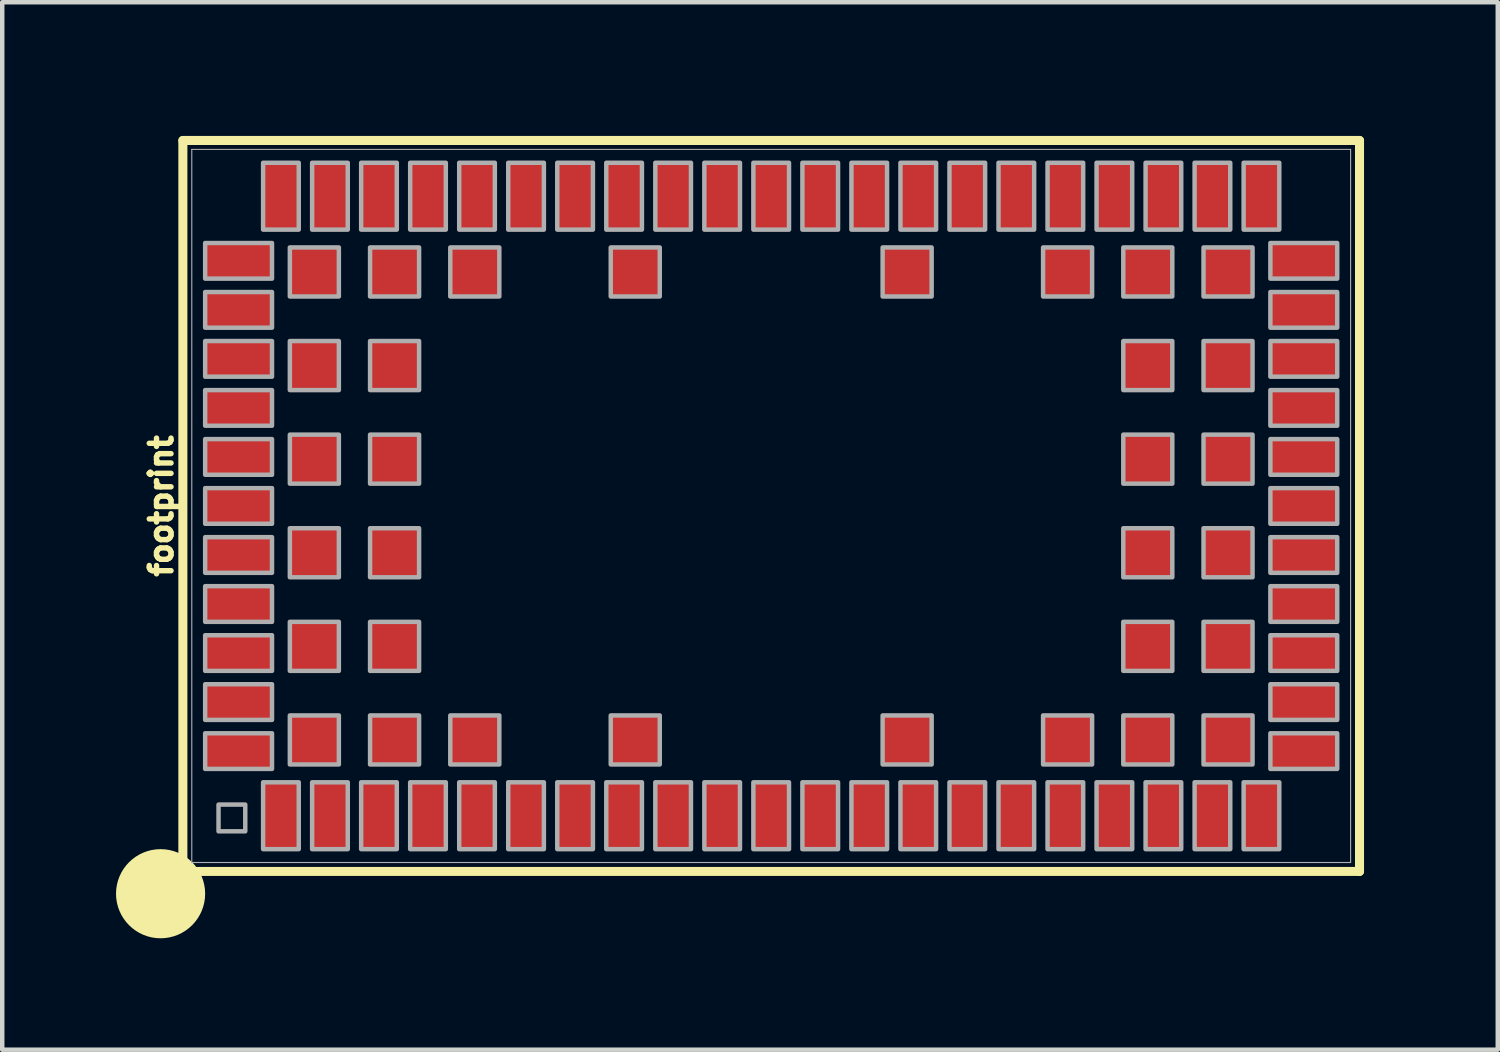
<source format=kicad_pcb>
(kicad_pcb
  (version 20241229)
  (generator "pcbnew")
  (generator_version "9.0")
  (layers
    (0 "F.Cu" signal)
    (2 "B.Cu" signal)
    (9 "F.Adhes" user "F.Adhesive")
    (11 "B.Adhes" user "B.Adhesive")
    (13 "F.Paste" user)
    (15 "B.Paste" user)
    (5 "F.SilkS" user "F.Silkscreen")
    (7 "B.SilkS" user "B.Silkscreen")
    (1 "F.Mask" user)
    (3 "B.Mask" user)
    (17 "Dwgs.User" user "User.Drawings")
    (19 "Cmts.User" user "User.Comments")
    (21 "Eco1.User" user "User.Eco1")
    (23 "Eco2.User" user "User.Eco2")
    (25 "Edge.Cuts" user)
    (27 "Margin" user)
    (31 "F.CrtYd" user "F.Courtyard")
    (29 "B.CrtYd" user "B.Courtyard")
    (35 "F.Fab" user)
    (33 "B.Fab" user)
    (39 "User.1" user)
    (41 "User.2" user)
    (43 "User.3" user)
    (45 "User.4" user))
  (footprint "footprint"
    (layer "F.Cu")
    (at 14.253 8.302)
    (property "Reference" "footprint" (at -13.4 0 90) (layer "F.SilkS") (effects (font (size 0.488 0.488) (thickness 0.122)) (justify bottom)))
    (fp_line (start -13.2 -8.2) (end -13.2 8.2) (stroke (width 0.203) (type solid)) (layer "F.SilkS"))
    (fp_line (start -13.2 8.2) (end 13.2 8.2) (stroke (width 0.203) (type solid)) (layer "F.SilkS"))
    (fp_line (start 13.2 -8.2) (end -13.2 -8.2) (stroke (width 0.203) (type solid)) (layer "F.SilkS"))
    (fp_line (start 13.2 8.2) (end 13.2 -8.2) (stroke (width 0.203) (type solid)) (layer "F.SilkS"))
    (fp_circle (center -13.7 8.7) (end -13.7 8.7) (stroke (width 1) (type solid)) (fill no) (layer "F.SilkS"))
    (fp_poly (pts (xy -11.375 7.775) (xy -10.625 7.775) (xy -10.625 6.225) (xy -11.375 6.225)) (stroke (width 0) (type solid)) (fill yes) (layer "F.Paste"))
    (fp_poly (pts (xy -11.225 -5.875) (xy -12.775 -5.875) (xy -12.775 -5.125) (xy -11.225 -5.125)) (stroke (width 0) (type solid)) (fill yes) (layer "F.Paste"))
    (fp_poly (pts (xy -11.225 -4.775) (xy -12.775 -4.775) (xy -12.775 -4.025) (xy -11.225 -4.025)) (stroke (width 0) (type solid)) (fill yes) (layer "F.Paste"))
    (fp_poly (pts (xy -11.225 -3.675) (xy -12.775 -3.675) (xy -12.775 -2.925) (xy -11.225 -2.925)) (stroke (width 0) (type solid)) (fill yes) (layer "F.Paste"))
    (fp_poly (pts (xy -11.225 -2.575) (xy -12.775 -2.575) (xy -12.775 -1.825) (xy -11.225 -1.825)) (stroke (width 0) (type solid)) (fill yes) (layer "F.Paste"))
    (fp_poly (pts (xy -11.225 -1.475) (xy -12.775 -1.475) (xy -12.775 -0.725) (xy -11.225 -0.725)) (stroke (width 0) (type solid)) (fill yes) (layer "F.Paste"))
    (fp_poly (pts (xy -11.225 -0.375) (xy -12.775 -0.375) (xy -12.775 0.375) (xy -11.225 0.375)) (stroke (width 0) (type solid)) (fill yes) (layer "F.Paste"))
    (fp_poly (pts (xy -11.225 0.725) (xy -12.775 0.725) (xy -12.775 1.475) (xy -11.225 1.475)) (stroke (width 0) (type solid)) (fill yes) (layer "F.Paste"))
    (fp_poly (pts (xy -11.225 1.825) (xy -12.775 1.825) (xy -12.775 2.575) (xy -11.225 2.575)) (stroke (width 0) (type solid)) (fill yes) (layer "F.Paste"))
    (fp_poly (pts (xy -11.225 2.925) (xy -12.775 2.925) (xy -12.775 3.675) (xy -11.225 3.675)) (stroke (width 0) (type solid)) (fill yes) (layer "F.Paste"))
    (fp_poly (pts (xy -11.225 4.025) (xy -12.775 4.025) (xy -12.775 4.775) (xy -11.225 4.775)) (stroke (width 0) (type solid)) (fill yes) (layer "F.Paste"))
    (fp_poly (pts (xy -11.225 5.125) (xy -12.775 5.125) (xy -12.775 5.875) (xy -11.225 5.875)) (stroke (width 0) (type solid)) (fill yes) (layer "F.Paste"))
    (fp_poly (pts (xy -10.775 -4.725) (xy -9.725 -4.725) (xy -9.725 -5.775) (xy -10.775 -5.775)) (stroke (width 0) (type solid)) (fill yes) (layer "F.Paste"))
    (fp_poly (pts (xy -10.775 -2.625) (xy -9.725 -2.625) (xy -9.725 -3.675) (xy -10.775 -3.675)) (stroke (width 0) (type solid)) (fill yes) (layer "F.Paste"))
    (fp_poly (pts (xy -10.775 -0.525) (xy -9.725 -0.525) (xy -9.725 -1.575) (xy -10.775 -1.575)) (stroke (width 0) (type solid)) (fill yes) (layer "F.Paste"))
    (fp_poly (pts (xy -10.775 1.575) (xy -9.725 1.575) (xy -9.725 0.525) (xy -10.775 0.525)) (stroke (width 0) (type solid)) (fill yes) (layer "F.Paste"))
    (fp_poly (pts (xy -10.775 3.675) (xy -9.725 3.675) (xy -9.725 2.625) (xy -10.775 2.625)) (stroke (width 0) (type solid)) (fill yes) (layer "F.Paste"))
    (fp_poly (pts (xy -10.775 5.775) (xy -9.725 5.775) (xy -9.725 4.725) (xy -10.775 4.725)) (stroke (width 0) (type solid)) (fill yes) (layer "F.Paste"))
    (fp_poly (pts (xy -10.625 -7.775) (xy -11.375 -7.775) (xy -11.375 -6.225) (xy -10.625 -6.225)) (stroke (width 0) (type solid)) (fill yes) (layer "F.Paste"))
    (fp_poly (pts (xy -10.275 7.775) (xy -9.525 7.775) (xy -9.525 6.225) (xy -10.275 6.225)) (stroke (width 0) (type solid)) (fill yes) (layer "F.Paste"))
    (fp_poly (pts (xy -9.525 -7.775) (xy -10.275 -7.775) (xy -10.275 -6.225) (xy -9.525 -6.225)) (stroke (width 0) (type solid)) (fill yes) (layer "F.Paste"))
    (fp_poly (pts (xy -9.175 7.775) (xy -8.425 7.775) (xy -8.425 6.225) (xy -9.175 6.225)) (stroke (width 0) (type solid)) (fill yes) (layer "F.Paste"))
    (fp_poly (pts (xy -8.975 -4.725) (xy -7.925 -4.725) (xy -7.925 -5.775) (xy -8.975 -5.775)) (stroke (width 0) (type solid)) (fill yes) (layer "F.Paste"))
    (fp_poly (pts (xy -8.975 -2.625) (xy -7.925 -2.625) (xy -7.925 -3.675) (xy -8.975 -3.675)) (stroke (width 0) (type solid)) (fill yes) (layer "F.Paste"))
    (fp_poly (pts (xy -8.975 -0.525) (xy -7.925 -0.525) (xy -7.925 -1.575) (xy -8.975 -1.575)) (stroke (width 0) (type solid)) (fill yes) (layer "F.Paste"))
    (fp_poly (pts (xy -8.975 1.575) (xy -7.925 1.575) (xy -7.925 0.525) (xy -8.975 0.525)) (stroke (width 0) (type solid)) (fill yes) (layer "F.Paste"))
    (fp_poly (pts (xy -8.975 3.675) (xy -7.925 3.675) (xy -7.925 2.625) (xy -8.975 2.625)) (stroke (width 0) (type solid)) (fill yes) (layer "F.Paste"))
    (fp_poly (pts (xy -8.975 5.775) (xy -7.925 5.775) (xy -7.925 4.725) (xy -8.975 4.725)) (stroke (width 0) (type solid)) (fill yes) (layer "F.Paste"))
    (fp_poly (pts (xy -8.425 -7.775) (xy -9.175 -7.775) (xy -9.175 -6.225) (xy -8.425 -6.225)) (stroke (width 0) (type solid)) (fill yes) (layer "F.Paste"))
    (fp_poly (pts (xy -8.075 7.775) (xy -7.325 7.775) (xy -7.325 6.225) (xy -8.075 6.225)) (stroke (width 0) (type solid)) (fill yes) (layer "F.Paste"))
    (fp_poly (pts (xy -7.325 -7.775) (xy -8.075 -7.775) (xy -8.075 -6.225) (xy -7.325 -6.225)) (stroke (width 0) (type solid)) (fill yes) (layer "F.Paste"))
    (fp_poly (pts (xy -7.175 -4.725) (xy -6.125 -4.725) (xy -6.125 -5.775) (xy -7.175 -5.775)) (stroke (width 0) (type solid)) (fill yes) (layer "F.Paste"))
    (fp_poly (pts (xy -7.175 5.775) (xy -6.125 5.775) (xy -6.125 4.725) (xy -7.175 4.725)) (stroke (width 0) (type solid)) (fill yes) (layer "F.Paste"))
    (fp_poly (pts (xy -6.975 7.775) (xy -6.225 7.775) (xy -6.225 6.225) (xy -6.975 6.225)) (stroke (width 0) (type solid)) (fill yes) (layer "F.Paste"))
    (fp_poly (pts (xy -6.225 -7.775) (xy -6.975 -7.775) (xy -6.975 -6.225) (xy -6.225 -6.225)) (stroke (width 0) (type solid)) (fill yes) (layer "F.Paste"))
    (fp_poly (pts (xy -5.875 7.775) (xy -5.125 7.775) (xy -5.125 6.225) (xy -5.875 6.225)) (stroke (width 0) (type solid)) (fill yes) (layer "F.Paste"))
    (fp_poly (pts (xy -5.125 -7.775) (xy -5.875 -7.775) (xy -5.875 -6.225) (xy -5.125 -6.225)) (stroke (width 0) (type solid)) (fill yes) (layer "F.Paste"))
    (fp_poly (pts (xy -4.775 7.775) (xy -4.025 7.775) (xy -4.025 6.225) (xy -4.775 6.225)) (stroke (width 0) (type solid)) (fill yes) (layer "F.Paste"))
    (fp_poly (pts (xy -4.025 -7.775) (xy -4.775 -7.775) (xy -4.775 -6.225) (xy -4.025 -6.225)) (stroke (width 0) (type solid)) (fill yes) (layer "F.Paste"))
    (fp_poly (pts (xy -3.675 7.775) (xy -2.925 7.775) (xy -2.925 6.225) (xy -3.675 6.225)) (stroke (width 0) (type solid)) (fill yes) (layer "F.Paste"))
    (fp_poly (pts (xy -3.575 -4.725) (xy -2.525 -4.725) (xy -2.525 -5.775) (xy -3.575 -5.775)) (stroke (width 0) (type solid)) (fill yes) (layer "F.Paste"))
    (fp_poly (pts (xy -3.575 5.775) (xy -2.525 5.775) (xy -2.525 4.725) (xy -3.575 4.725)) (stroke (width 0) (type solid)) (fill yes) (layer "F.Paste"))
    (fp_poly (pts (xy -2.925 -7.775) (xy -3.675 -7.775) (xy -3.675 -6.225) (xy -2.925 -6.225)) (stroke (width 0) (type solid)) (fill yes) (layer "F.Paste"))
    (fp_poly (pts (xy -2.575 7.775) (xy -1.825 7.775) (xy -1.825 6.225) (xy -2.575 6.225)) (stroke (width 0) (type solid)) (fill yes) (layer "F.Paste"))
    (fp_poly (pts (xy -1.825 -7.775) (xy -2.575 -7.775) (xy -2.575 -6.225) (xy -1.825 -6.225)) (stroke (width 0) (type solid)) (fill yes) (layer "F.Paste"))
    (fp_poly (pts (xy -1.475 7.775) (xy -0.725 7.775) (xy -0.725 6.225) (xy -1.475 6.225)) (stroke (width 0) (type solid)) (fill yes) (layer "F.Paste"))
    (fp_poly (pts (xy -0.725 -7.775) (xy -1.475 -7.775) (xy -1.475 -6.225) (xy -0.725 -6.225)) (stroke (width 0) (type solid)) (fill yes) (layer "F.Paste"))
    (fp_poly (pts (xy -0.375 7.775) (xy 0.375 7.775) (xy 0.375 6.225) (xy -0.375 6.225)) (stroke (width 0) (type solid)) (fill yes) (layer "F.Paste"))
    (fp_poly (pts (xy 0.375 -7.775) (xy -0.375 -7.775) (xy -0.375 -6.225) (xy 0.375 -6.225)) (stroke (width 0) (type solid)) (fill yes) (layer "F.Paste"))
    (fp_poly (pts (xy 0.725 7.775) (xy 1.475 7.775) (xy 1.475 6.225) (xy 0.725 6.225)) (stroke (width 0) (type solid)) (fill yes) (layer "F.Paste"))
    (fp_poly (pts (xy 1.475 -7.775) (xy 0.725 -7.775) (xy 0.725 -6.225) (xy 1.475 -6.225)) (stroke (width 0) (type solid)) (fill yes) (layer "F.Paste"))
    (fp_poly (pts (xy 1.825 7.775) (xy 2.575 7.775) (xy 2.575 6.225) (xy 1.825 6.225)) (stroke (width 0) (type solid)) (fill yes) (layer "F.Paste"))
    (fp_poly (pts (xy 2.575 -7.775) (xy 1.825 -7.775) (xy 1.825 -6.225) (xy 2.575 -6.225)) (stroke (width 0) (type solid)) (fill yes) (layer "F.Paste"))
    (fp_poly (pts (xy 2.925 7.775) (xy 3.675 7.775) (xy 3.675 6.225) (xy 2.925 6.225)) (stroke (width 0) (type solid)) (fill yes) (layer "F.Paste"))
    (fp_poly (pts (xy 3.575 -5.775) (xy 2.525 -5.775) (xy 2.525 -4.725) (xy 3.575 -4.725)) (stroke (width 0) (type solid)) (fill yes) (layer "F.Paste"))
    (fp_poly (pts (xy 3.575 4.725) (xy 2.525 4.725) (xy 2.525 5.775) (xy 3.575 5.775)) (stroke (width 0) (type solid)) (fill yes) (layer "F.Paste"))
    (fp_poly (pts (xy 3.675 -7.775) (xy 2.925 -7.775) (xy 2.925 -6.225) (xy 3.675 -6.225)) (stroke (width 0) (type solid)) (fill yes) (layer "F.Paste"))
    (fp_poly (pts (xy 4.025 7.775) (xy 4.775 7.775) (xy 4.775 6.225) (xy 4.025 6.225)) (stroke (width 0) (type solid)) (fill yes) (layer "F.Paste"))
    (fp_poly (pts (xy 4.775 -7.775) (xy 4.025 -7.775) (xy 4.025 -6.225) (xy 4.775 -6.225)) (stroke (width 0) (type solid)) (fill yes) (layer "F.Paste"))
    (fp_poly (pts (xy 5.125 7.775) (xy 5.875 7.775) (xy 5.875 6.225) (xy 5.125 6.225)) (stroke (width 0) (type solid)) (fill yes) (layer "F.Paste"))
    (fp_poly (pts (xy 5.875 -7.775) (xy 5.125 -7.775) (xy 5.125 -6.225) (xy 5.875 -6.225)) (stroke (width 0) (type solid)) (fill yes) (layer "F.Paste"))
    (fp_poly (pts (xy 6.225 7.775) (xy 6.975 7.775) (xy 6.975 6.225) (xy 6.225 6.225)) (stroke (width 0) (type solid)) (fill yes) (layer "F.Paste"))
    (fp_poly (pts (xy 6.975 -7.775) (xy 6.225 -7.775) (xy 6.225 -6.225) (xy 6.975 -6.225)) (stroke (width 0) (type solid)) (fill yes) (layer "F.Paste"))
    (fp_poly (pts (xy 7.175 -5.775) (xy 6.125 -5.775) (xy 6.125 -4.725) (xy 7.175 -4.725)) (stroke (width 0) (type solid)) (fill yes) (layer "F.Paste"))
    (fp_poly (pts (xy 7.175 4.725) (xy 6.125 4.725) (xy 6.125 5.775) (xy 7.175 5.775)) (stroke (width 0) (type solid)) (fill yes) (layer "F.Paste"))
    (fp_poly (pts (xy 7.325 7.775) (xy 8.075 7.775) (xy 8.075 6.225) (xy 7.325 6.225)) (stroke (width 0) (type solid)) (fill yes) (layer "F.Paste"))
    (fp_poly (pts (xy 8.075 -7.775) (xy 7.325 -7.775) (xy 7.325 -6.225) (xy 8.075 -6.225)) (stroke (width 0) (type solid)) (fill yes) (layer "F.Paste"))
    (fp_poly (pts (xy 8.425 7.775) (xy 9.175 7.775) (xy 9.175 6.225) (xy 8.425 6.225)) (stroke (width 0) (type solid)) (fill yes) (layer "F.Paste"))
    (fp_poly (pts (xy 8.975 -5.775) (xy 7.925 -5.775) (xy 7.925 -4.725) (xy 8.975 -4.725)) (stroke (width 0) (type solid)) (fill yes) (layer "F.Paste"))
    (fp_poly (pts (xy 8.975 -3.675) (xy 7.925 -3.675) (xy 7.925 -2.625) (xy 8.975 -2.625)) (stroke (width 0) (type solid)) (fill yes) (layer "F.Paste"))
    (fp_poly (pts (xy 8.975 -1.575) (xy 7.925 -1.575) (xy 7.925 -0.525) (xy 8.975 -0.525)) (stroke (width 0) (type solid)) (fill yes) (layer "F.Paste"))
    (fp_poly (pts (xy 8.975 0.525) (xy 7.925 0.525) (xy 7.925 1.575) (xy 8.975 1.575)) (stroke (width 0) (type solid)) (fill yes) (layer "F.Paste"))
    (fp_poly (pts (xy 8.975 2.625) (xy 7.925 2.625) (xy 7.925 3.675) (xy 8.975 3.675)) (stroke (width 0) (type solid)) (fill yes) (layer "F.Paste"))
    (fp_poly (pts (xy 8.975 4.725) (xy 7.925 4.725) (xy 7.925 5.775) (xy 8.975 5.775)) (stroke (width 0) (type solid)) (fill yes) (layer "F.Paste"))
    (fp_poly (pts (xy 9.175 -7.775) (xy 8.425 -7.775) (xy 8.425 -6.225) (xy 9.175 -6.225)) (stroke (width 0) (type solid)) (fill yes) (layer "F.Paste"))
    (fp_poly (pts (xy 9.525 7.775) (xy 10.275 7.775) (xy 10.275 6.225) (xy 9.525 6.225)) (stroke (width 0) (type solid)) (fill yes) (layer "F.Paste"))
    (fp_poly (pts (xy 10.275 -7.775) (xy 9.525 -7.775) (xy 9.525 -6.225) (xy 10.275 -6.225)) (stroke (width 0) (type solid)) (fill yes) (layer "F.Paste"))
    (fp_poly (pts (xy 10.625 7.775) (xy 11.375 7.775) (xy 11.375 6.225) (xy 10.625 6.225)) (stroke (width 0) (type solid)) (fill yes) (layer "F.Paste"))
    (fp_poly (pts (xy 10.775 -5.775) (xy 9.725 -5.775) (xy 9.725 -4.725) (xy 10.775 -4.725)) (stroke (width 0) (type solid)) (fill yes) (layer "F.Paste"))
    (fp_poly (pts (xy 10.775 -3.675) (xy 9.725 -3.675) (xy 9.725 -2.625) (xy 10.775 -2.625)) (stroke (width 0) (type solid)) (fill yes) (layer "F.Paste"))
    (fp_poly (pts (xy 10.775 -1.575) (xy 9.725 -1.575) (xy 9.725 -0.525) (xy 10.775 -0.525)) (stroke (width 0) (type solid)) (fill yes) (layer "F.Paste"))
    (fp_poly (pts (xy 10.775 0.525) (xy 9.725 0.525) (xy 9.725 1.575) (xy 10.775 1.575)) (stroke (width 0) (type solid)) (fill yes) (layer "F.Paste"))
    (fp_poly (pts (xy 10.775 2.625) (xy 9.725 2.625) (xy 9.725 3.675) (xy 10.775 3.675)) (stroke (width 0) (type solid)) (fill yes) (layer "F.Paste"))
    (fp_poly (pts (xy 10.775 4.725) (xy 9.725 4.725) (xy 9.725 5.775) (xy 10.775 5.775)) (stroke (width 0) (type solid)) (fill yes) (layer "F.Paste"))
    (fp_poly (pts (xy 11.225 -5.125) (xy 12.775 -5.125) (xy 12.775 -5.875) (xy 11.225 -5.875)) (stroke (width 0) (type solid)) (fill yes) (layer "F.Paste"))
    (fp_poly (pts (xy 11.225 -4.025) (xy 12.775 -4.025) (xy 12.775 -4.775) (xy 11.225 -4.775)) (stroke (width 0) (type solid)) (fill yes) (layer "F.Paste"))
    (fp_poly (pts (xy 11.225 -2.925) (xy 12.775 -2.925) (xy 12.775 -3.675) (xy 11.225 -3.675)) (stroke (width 0) (type solid)) (fill yes) (layer "F.Paste"))
    (fp_poly (pts (xy 11.225 -1.825) (xy 12.775 -1.825) (xy 12.775 -2.575) (xy 11.225 -2.575)) (stroke (width 0) (type solid)) (fill yes) (layer "F.Paste"))
    (fp_poly (pts (xy 11.225 -0.725) (xy 12.775 -0.725) (xy 12.775 -1.475) (xy 11.225 -1.475)) (stroke (width 0) (type solid)) (fill yes) (layer "F.Paste"))
    (fp_poly (pts (xy 11.225 0.375) (xy 12.775 0.375) (xy 12.775 -0.375) (xy 11.225 -0.375)) (stroke (width 0) (type solid)) (fill yes) (layer "F.Paste"))
    (fp_poly (pts (xy 11.225 1.475) (xy 12.775 1.475) (xy 12.775 0.725) (xy 11.225 0.725)) (stroke (width 0) (type solid)) (fill yes) (layer "F.Paste"))
    (fp_poly (pts (xy 11.225 2.575) (xy 12.775 2.575) (xy 12.775 1.825) (xy 11.225 1.825)) (stroke (width 0) (type solid)) (fill yes) (layer "F.Paste"))
    (fp_poly (pts (xy 11.225 3.675) (xy 12.775 3.675) (xy 12.775 2.925) (xy 11.225 2.925)) (stroke (width 0) (type solid)) (fill yes) (layer "F.Paste"))
    (fp_poly (pts (xy 11.225 4.775) (xy 12.775 4.775) (xy 12.775 4.025) (xy 11.225 4.025)) (stroke (width 0) (type solid)) (fill yes) (layer "F.Paste"))
    (fp_poly (pts (xy 11.225 5.875) (xy 12.775 5.875) (xy 12.775 5.125) (xy 11.225 5.125)) (stroke (width 0) (type solid)) (fill yes) (layer "F.Paste"))
    (fp_poly (pts (xy 11.375 -7.775) (xy 10.625 -7.775) (xy 10.625 -6.225) (xy 11.375 -6.225)) (stroke (width 0) (type solid)) (fill yes) (layer "F.Paste"))
    (fp_line (start -13 -8) (end -13 8) (stroke (width 0.025) (type solid)) (layer "F.Fab"))
    (fp_line (start -13 8) (end 13 8) (stroke (width 0.025) (type solid)) (layer "F.Fab"))
    (fp_line (start 13 -8) (end -13 -8) (stroke (width 0.025) (type solid)) (layer "F.Fab"))
    (fp_line (start 13 8) (end 13 -8) (stroke (width 0.025) (type solid)) (layer "F.Fab"))
    (fp_poly (pts (xy -12.4 7.3) (xy -11.8 7.3) (xy -11.8 6.7) (xy -12.4 6.7)) (stroke (width 0.1) (type solid)) (fill no) (layer "F.Fab"))
    (fp_poly (pts (xy -11.4 7.7) (xy -10.6 7.7) (xy -10.6 6.2) (xy -11.4 6.2)) (stroke (width 0.1) (type solid)) (fill no) (layer "F.Fab"))
    (fp_poly (pts (xy -11.2 -5.9) (xy -12.7 -5.9) (xy -12.7 -5.1) (xy -11.2 -5.1)) (stroke (width 0.1) (type solid)) (fill no) (layer "F.Fab"))
    (fp_poly (pts (xy -11.2 -4.8) (xy -12.7 -4.8) (xy -12.7 -4) (xy -11.2 -4)) (stroke (width 0.1) (type solid)) (fill no) (layer "F.Fab"))
    (fp_poly (pts (xy -11.2 -3.7) (xy -12.7 -3.7) (xy -12.7 -2.9) (xy -11.2 -2.9)) (stroke (width 0.1) (type solid)) (fill no) (layer "F.Fab"))
    (fp_poly (pts (xy -11.2 -2.6) (xy -12.7 -2.6) (xy -12.7 -1.8) (xy -11.2 -1.8)) (stroke (width 0.1) (type solid)) (fill no) (layer "F.Fab"))
    (fp_poly (pts (xy -11.2 -1.5) (xy -12.7 -1.5) (xy -12.7 -0.7) (xy -11.2 -0.7)) (stroke (width 0.1) (type solid)) (fill no) (layer "F.Fab"))
    (fp_poly (pts (xy -11.2 -0.4) (xy -12.7 -0.4) (xy -12.7 0.4) (xy -11.2 0.4)) (stroke (width 0.1) (type solid)) (fill no) (layer "F.Fab"))
    (fp_poly (pts (xy -11.2 0.7) (xy -12.7 0.7) (xy -12.7 1.5) (xy -11.2 1.5)) (stroke (width 0.1) (type solid)) (fill no) (layer "F.Fab"))
    (fp_poly (pts (xy -11.2 1.8) (xy -12.7 1.8) (xy -12.7 2.6) (xy -11.2 2.6)) (stroke (width 0.1) (type solid)) (fill no) (layer "F.Fab"))
    (fp_poly (pts (xy -11.2 2.9) (xy -12.7 2.9) (xy -12.7 3.7) (xy -11.2 3.7)) (stroke (width 0.1) (type solid)) (fill no) (layer "F.Fab"))
    (fp_poly (pts (xy -11.2 4) (xy -12.7 4) (xy -12.7 4.8) (xy -11.2 4.8)) (stroke (width 0.1) (type solid)) (fill no) (layer "F.Fab"))
    (fp_poly (pts (xy -11.2 5.1) (xy -12.7 5.1) (xy -12.7 5.9) (xy -11.2 5.9)) (stroke (width 0.1) (type solid)) (fill no) (layer "F.Fab"))
    (fp_poly (pts (xy -10.8 -4.7) (xy -9.7 -4.7) (xy -9.7 -5.8) (xy -10.8 -5.8)) (stroke (width 0.1) (type solid)) (fill no) (layer "F.Fab"))
    (fp_poly (pts (xy -10.8 -2.6) (xy -9.7 -2.6) (xy -9.7 -3.7) (xy -10.8 -3.7)) (stroke (width 0.1) (type solid)) (fill no) (layer "F.Fab"))
    (fp_poly (pts (xy -10.8 -0.5) (xy -9.7 -0.5) (xy -9.7 -1.6) (xy -10.8 -1.6)) (stroke (width 0.1) (type solid)) (fill no) (layer "F.Fab"))
    (fp_poly (pts (xy -10.8 1.6) (xy -9.7 1.6) (xy -9.7 0.5) (xy -10.8 0.5)) (stroke (width 0.1) (type solid)) (fill no) (layer "F.Fab"))
    (fp_poly (pts (xy -10.8 3.7) (xy -9.7 3.7) (xy -9.7 2.6) (xy -10.8 2.6)) (stroke (width 0.1) (type solid)) (fill no) (layer "F.Fab"))
    (fp_poly (pts (xy -10.8 5.8) (xy -9.7 5.8) (xy -9.7 4.7) (xy -10.8 4.7)) (stroke (width 0.1) (type solid)) (fill no) (layer "F.Fab"))
    (fp_poly (pts (xy -10.6 -7.7) (xy -11.4 -7.7) (xy -11.4 -6.2) (xy -10.6 -6.2)) (stroke (width 0.1) (type solid)) (fill no) (layer "F.Fab"))
    (fp_poly (pts (xy -10.3 7.7) (xy -9.5 7.7) (xy -9.5 6.2) (xy -10.3 6.2)) (stroke (width 0.1) (type solid)) (fill no) (layer "F.Fab"))
    (fp_poly (pts (xy -9.5 -7.7) (xy -10.3 -7.7) (xy -10.3 -6.2) (xy -9.5 -6.2)) (stroke (width 0.1) (type solid)) (fill no) (layer "F.Fab"))
    (fp_poly (pts (xy -9.2 7.7) (xy -8.4 7.7) (xy -8.4 6.2) (xy -9.2 6.2)) (stroke (width 0.1) (type solid)) (fill no) (layer "F.Fab"))
    (fp_poly (pts (xy -9 -4.7) (xy -7.9 -4.7) (xy -7.9 -5.8) (xy -9 -5.8)) (stroke (width 0.1) (type solid)) (fill no) (layer "F.Fab"))
    (fp_poly (pts (xy -9 -2.6) (xy -7.9 -2.6) (xy -7.9 -3.7) (xy -9 -3.7)) (stroke (width 0.1) (type solid)) (fill no) (layer "F.Fab"))
    (fp_poly (pts (xy -9 -0.5) (xy -7.9 -0.5) (xy -7.9 -1.6) (xy -9 -1.6)) (stroke (width 0.1) (type solid)) (fill no) (layer "F.Fab"))
    (fp_poly (pts (xy -9 1.6) (xy -7.9 1.6) (xy -7.9 0.5) (xy -9 0.5)) (stroke (width 0.1) (type solid)) (fill no) (layer "F.Fab"))
    (fp_poly (pts (xy -9 3.7) (xy -7.9 3.7) (xy -7.9 2.6) (xy -9 2.6)) (stroke (width 0.1) (type solid)) (fill no) (layer "F.Fab"))
    (fp_poly (pts (xy -9 5.8) (xy -7.9 5.8) (xy -7.9 4.7) (xy -9 4.7)) (stroke (width 0.1) (type solid)) (fill no) (layer "F.Fab"))
    (fp_poly (pts (xy -8.4 -7.7) (xy -9.2 -7.7) (xy -9.2 -6.2) (xy -8.4 -6.2)) (stroke (width 0.1) (type solid)) (fill no) (layer "F.Fab"))
    (fp_poly (pts (xy -8.1 7.7) (xy -7.3 7.7) (xy -7.3 6.2) (xy -8.1 6.2)) (stroke (width 0.1) (type solid)) (fill no) (layer "F.Fab"))
    (fp_poly (pts (xy -7.3 -7.7) (xy -8.1 -7.7) (xy -8.1 -6.2) (xy -7.3 -6.2)) (stroke (width 0.1) (type solid)) (fill no) (layer "F.Fab"))
    (fp_poly (pts (xy -7.2 -4.7) (xy -6.1 -4.7) (xy -6.1 -5.8) (xy -7.2 -5.8)) (stroke (width 0.1) (type solid)) (fill no) (layer "F.Fab"))
    (fp_poly (pts (xy -7.2 5.8) (xy -6.1 5.8) (xy -6.1 4.7) (xy -7.2 4.7)) (stroke (width 0.1) (type solid)) (fill no) (layer "F.Fab"))
    (fp_poly (pts (xy -7 7.7) (xy -6.2 7.7) (xy -6.2 6.2) (xy -7 6.2)) (stroke (width 0.1) (type solid)) (fill no) (layer "F.Fab"))
    (fp_poly (pts (xy -6.2 -7.7) (xy -7 -7.7) (xy -7 -6.2) (xy -6.2 -6.2)) (stroke (width 0.1) (type solid)) (fill no) (layer "F.Fab"))
    (fp_poly (pts (xy -5.9 7.7) (xy -5.1 7.7) (xy -5.1 6.2) (xy -5.9 6.2)) (stroke (width 0.1) (type solid)) (fill no) (layer "F.Fab"))
    (fp_poly (pts (xy -5.1 -7.7) (xy -5.9 -7.7) (xy -5.9 -6.2) (xy -5.1 -6.2)) (stroke (width 0.1) (type solid)) (fill no) (layer "F.Fab"))
    (fp_poly (pts (xy -4.8 7.7) (xy -4 7.7) (xy -4 6.2) (xy -4.8 6.2)) (stroke (width 0.1) (type solid)) (fill no) (layer "F.Fab"))
    (fp_poly (pts (xy -4 -7.7) (xy -4.8 -7.7) (xy -4.8 -6.2) (xy -4 -6.2)) (stroke (width 0.1) (type solid)) (fill no) (layer "F.Fab"))
    (fp_poly (pts (xy -3.7 7.7) (xy -2.9 7.7) (xy -2.9 6.2) (xy -3.7 6.2)) (stroke (width 0.1) (type solid)) (fill no) (layer "F.Fab"))
    (fp_poly (pts (xy -3.6 -4.7) (xy -2.5 -4.7) (xy -2.5 -5.8) (xy -3.6 -5.8)) (stroke (width 0.1) (type solid)) (fill no) (layer "F.Fab"))
    (fp_poly (pts (xy -3.6 5.8) (xy -2.5 5.8) (xy -2.5 4.7) (xy -3.6 4.7)) (stroke (width 0.1) (type solid)) (fill no) (layer "F.Fab"))
    (fp_poly (pts (xy -2.9 -7.7) (xy -3.7 -7.7) (xy -3.7 -6.2) (xy -2.9 -6.2)) (stroke (width 0.1) (type solid)) (fill no) (layer "F.Fab"))
    (fp_poly (pts (xy -2.6 7.7) (xy -1.8 7.7) (xy -1.8 6.2) (xy -2.6 6.2)) (stroke (width 0.1) (type solid)) (fill no) (layer "F.Fab"))
    (fp_poly (pts (xy -1.8 -7.7) (xy -2.6 -7.7) (xy -2.6 -6.2) (xy -1.8 -6.2)) (stroke (width 0.1) (type solid)) (fill no) (layer "F.Fab"))
    (fp_poly (pts (xy -1.5 7.7) (xy -0.7 7.7) (xy -0.7 6.2) (xy -1.5 6.2)) (stroke (width 0.1) (type solid)) (fill no) (layer "F.Fab"))
    (fp_poly (pts (xy -0.7 -7.7) (xy -1.5 -7.7) (xy -1.5 -6.2) (xy -0.7 -6.2)) (stroke (width 0.1) (type solid)) (fill no) (layer "F.Fab"))
    (fp_poly (pts (xy -0.4 7.7) (xy 0.4 7.7) (xy 0.4 6.2) (xy -0.4 6.2)) (stroke (width 0.1) (type solid)) (fill no) (layer "F.Fab"))
    (fp_poly (pts (xy 0.4 -7.7) (xy -0.4 -7.7) (xy -0.4 -6.2) (xy 0.4 -6.2)) (stroke (width 0.1) (type solid)) (fill no) (layer "F.Fab"))
    (fp_poly (pts (xy 0.7 7.7) (xy 1.5 7.7) (xy 1.5 6.2) (xy 0.7 6.2)) (stroke (width 0.1) (type solid)) (fill no) (layer "F.Fab"))
    (fp_poly (pts (xy 1.5 -7.7) (xy 0.7 -7.7) (xy 0.7 -6.2) (xy 1.5 -6.2)) (stroke (width 0.1) (type solid)) (fill no) (layer "F.Fab"))
    (fp_poly (pts (xy 1.8 7.7) (xy 2.6 7.7) (xy 2.6 6.2) (xy 1.8 6.2)) (stroke (width 0.1) (type solid)) (fill no) (layer "F.Fab"))
    (fp_poly (pts (xy 2.6 -7.7) (xy 1.8 -7.7) (xy 1.8 -6.2) (xy 2.6 -6.2)) (stroke (width 0.1) (type solid)) (fill no) (layer "F.Fab"))
    (fp_poly (pts (xy 2.9 7.7) (xy 3.7 7.7) (xy 3.7 6.2) (xy 2.9 6.2)) (stroke (width 0.1) (type solid)) (fill no) (layer "F.Fab"))
    (fp_poly (pts (xy 3.6 -5.8) (xy 2.5 -5.8) (xy 2.5 -4.7) (xy 3.6 -4.7)) (stroke (width 0.1) (type solid)) (fill no) (layer "F.Fab"))
    (fp_poly (pts (xy 3.6 4.7) (xy 2.5 4.7) (xy 2.5 5.8) (xy 3.6 5.8)) (stroke (width 0.1) (type solid)) (fill no) (layer "F.Fab"))
    (fp_poly (pts (xy 3.7 -7.7) (xy 2.9 -7.7) (xy 2.9 -6.2) (xy 3.7 -6.2)) (stroke (width 0.1) (type solid)) (fill no) (layer "F.Fab"))
    (fp_poly (pts (xy 4 7.7) (xy 4.8 7.7) (xy 4.8 6.2) (xy 4 6.2)) (stroke (width 0.1) (type solid)) (fill no) (layer "F.Fab"))
    (fp_poly (pts (xy 4.8 -7.7) (xy 4 -7.7) (xy 4 -6.2) (xy 4.8 -6.2)) (stroke (width 0.1) (type solid)) (fill no) (layer "F.Fab"))
    (fp_poly (pts (xy 5.1 7.7) (xy 5.9 7.7) (xy 5.9 6.2) (xy 5.1 6.2)) (stroke (width 0.1) (type solid)) (fill no) (layer "F.Fab"))
    (fp_poly (pts (xy 5.9 -7.7) (xy 5.1 -7.7) (xy 5.1 -6.2) (xy 5.9 -6.2)) (stroke (width 0.1) (type solid)) (fill no) (layer "F.Fab"))
    (fp_poly (pts (xy 6.2 7.7) (xy 7 7.7) (xy 7 6.2) (xy 6.2 6.2)) (stroke (width 0.1) (type solid)) (fill no) (layer "F.Fab"))
    (fp_poly (pts (xy 7 -7.7) (xy 6.2 -7.7) (xy 6.2 -6.2) (xy 7 -6.2)) (stroke (width 0.1) (type solid)) (fill no) (layer "F.Fab"))
    (fp_poly (pts (xy 7.2 -5.8) (xy 6.1 -5.8) (xy 6.1 -4.7) (xy 7.2 -4.7)) (stroke (width 0.1) (type solid)) (fill no) (layer "F.Fab"))
    (fp_poly (pts (xy 7.2 4.7) (xy 6.1 4.7) (xy 6.1 5.8) (xy 7.2 5.8)) (stroke (width 0.1) (type solid)) (fill no) (layer "F.Fab"))
    (fp_poly (pts (xy 7.3 7.7) (xy 8.1 7.7) (xy 8.1 6.2) (xy 7.3 6.2)) (stroke (width 0.1) (type solid)) (fill no) (layer "F.Fab"))
    (fp_poly (pts (xy 8.1 -7.7) (xy 7.3 -7.7) (xy 7.3 -6.2) (xy 8.1 -6.2)) (stroke (width 0.1) (type solid)) (fill no) (layer "F.Fab"))
    (fp_poly (pts (xy 8.4 7.7) (xy 9.2 7.7) (xy 9.2 6.2) (xy 8.4 6.2)) (stroke (width 0.1) (type solid)) (fill no) (layer "F.Fab"))
    (fp_poly (pts (xy 9 -5.8) (xy 7.9 -5.8) (xy 7.9 -4.7) (xy 9 -4.7)) (stroke (width 0.1) (type solid)) (fill no) (layer "F.Fab"))
    (fp_poly (pts (xy 9 -3.7) (xy 7.9 -3.7) (xy 7.9 -2.6) (xy 9 -2.6)) (stroke (width 0.1) (type solid)) (fill no) (layer "F.Fab"))
    (fp_poly (pts (xy 9 -1.6) (xy 7.9 -1.6) (xy 7.9 -0.5) (xy 9 -0.5)) (stroke (width 0.1) (type solid)) (fill no) (layer "F.Fab"))
    (fp_poly (pts (xy 9 0.5) (xy 7.9 0.5) (xy 7.9 1.6) (xy 9 1.6)) (stroke (width 0.1) (type solid)) (fill no) (layer "F.Fab"))
    (fp_poly (pts (xy 9 2.6) (xy 7.9 2.6) (xy 7.9 3.7) (xy 9 3.7)) (stroke (width 0.1) (type solid)) (fill no) (layer "F.Fab"))
    (fp_poly (pts (xy 9 4.7) (xy 7.9 4.7) (xy 7.9 5.8) (xy 9 5.8)) (stroke (width 0.1) (type solid)) (fill no) (layer "F.Fab"))
    (fp_poly (pts (xy 9.2 -7.7) (xy 8.4 -7.7) (xy 8.4 -6.2) (xy 9.2 -6.2)) (stroke (width 0.1) (type solid)) (fill no) (layer "F.Fab"))
    (fp_poly (pts (xy 9.5 7.7) (xy 10.3 7.7) (xy 10.3 6.2) (xy 9.5 6.2)) (stroke (width 0.1) (type solid)) (fill no) (layer "F.Fab"))
    (fp_poly (pts (xy 10.3 -7.7) (xy 9.5 -7.7) (xy 9.5 -6.2) (xy 10.3 -6.2)) (stroke (width 0.1) (type solid)) (fill no) (layer "F.Fab"))
    (fp_poly (pts (xy 10.6 7.7) (xy 11.4 7.7) (xy 11.4 6.2) (xy 10.6 6.2)) (stroke (width 0.1) (type solid)) (fill no) (layer "F.Fab"))
    (fp_poly (pts (xy 10.8 -5.8) (xy 9.7 -5.8) (xy 9.7 -4.7) (xy 10.8 -4.7)) (stroke (width 0.1) (type solid)) (fill no) (layer "F.Fab"))
    (fp_poly (pts (xy 10.8 -3.7) (xy 9.7 -3.7) (xy 9.7 -2.6) (xy 10.8 -2.6)) (stroke (width 0.1) (type solid)) (fill no) (layer "F.Fab"))
    (fp_poly (pts (xy 10.8 -1.6) (xy 9.7 -1.6) (xy 9.7 -0.5) (xy 10.8 -0.5)) (stroke (width 0.1) (type solid)) (fill no) (layer "F.Fab"))
    (fp_poly (pts (xy 10.8 0.5) (xy 9.7 0.5) (xy 9.7 1.6) (xy 10.8 1.6)) (stroke (width 0.1) (type solid)) (fill no) (layer "F.Fab"))
    (fp_poly (pts (xy 10.8 2.6) (xy 9.7 2.6) (xy 9.7 3.7) (xy 10.8 3.7)) (stroke (width 0.1) (type solid)) (fill no) (layer "F.Fab"))
    (fp_poly (pts (xy 10.8 4.7) (xy 9.7 4.7) (xy 9.7 5.8) (xy 10.8 5.8)) (stroke (width 0.1) (type solid)) (fill no) (layer "F.Fab"))
    (fp_poly (pts (xy 11.2 -5.1) (xy 12.7 -5.1) (xy 12.7 -5.9) (xy 11.2 -5.9)) (stroke (width 0.1) (type solid)) (fill no) (layer "F.Fab"))
    (fp_poly (pts (xy 11.2 -4) (xy 12.7 -4) (xy 12.7 -4.8) (xy 11.2 -4.8)) (stroke (width 0.1) (type solid)) (fill no) (layer "F.Fab"))
    (fp_poly (pts (xy 11.2 -2.9) (xy 12.7 -2.9) (xy 12.7 -3.7) (xy 11.2 -3.7)) (stroke (width 0.1) (type solid)) (fill no) (layer "F.Fab"))
    (fp_poly (pts (xy 11.2 -1.8) (xy 12.7 -1.8) (xy 12.7 -2.6) (xy 11.2 -2.6)) (stroke (width 0.1) (type solid)) (fill no) (layer "F.Fab"))
    (fp_poly (pts (xy 11.2 -0.7) (xy 12.7 -0.7) (xy 12.7 -1.5) (xy 11.2 -1.5)) (stroke (width 0.1) (type solid)) (fill no) (layer "F.Fab"))
    (fp_poly (pts (xy 11.2 0.4) (xy 12.7 0.4) (xy 12.7 -0.4) (xy 11.2 -0.4)) (stroke (width 0.1) (type solid)) (fill no) (layer "F.Fab"))
    (fp_poly (pts (xy 11.2 1.5) (xy 12.7 1.5) (xy 12.7 0.7) (xy 11.2 0.7)) (stroke (width 0.1) (type solid)) (fill no) (layer "F.Fab"))
    (fp_poly (pts (xy 11.2 2.6) (xy 12.7 2.6) (xy 12.7 1.8) (xy 11.2 1.8)) (stroke (width 0.1) (type solid)) (fill no) (layer "F.Fab"))
    (fp_poly (pts (xy 11.2 3.7) (xy 12.7 3.7) (xy 12.7 2.9) (xy 11.2 2.9)) (stroke (width 0.1) (type solid)) (fill no) (layer "F.Fab"))
    (fp_poly (pts (xy 11.2 4.8) (xy 12.7 4.8) (xy 12.7 4) (xy 11.2 4)) (stroke (width 0.1) (type solid)) (fill no) (layer "F.Fab"))
    (fp_poly (pts (xy 11.2 5.9) (xy 12.7 5.9) (xy 12.7 5.1) (xy 11.2 5.1)) (stroke (width 0.1) (type solid)) (fill no) (layer "F.Fab"))
    (fp_poly (pts (xy 11.4 -7.7) (xy 10.6 -7.7) (xy 10.6 -6.2) (xy 11.4 -6.2)) (stroke (width 0.1) (type solid)) (fill no) (layer "F.Fab"))
    (pad "1" smd rect (at -11 6.95) (size 0.8 1.5) (layers "F.Cu" "F.Mask"))
    (pad "2" smd rect (at -9.9 6.95) (size 0.8 1.5) (layers "F.Cu" "F.Mask"))
    (pad "3" smd rect (at -8.8 6.95) (size 0.8 1.5) (layers "F.Cu" "F.Mask"))
    (pad "4" smd rect (at -7.7 6.95) (size 0.8 1.5) (layers "F.Cu" "F.Mask"))
    (pad "5" smd rect (at -6.6 6.95) (size 0.8 1.5) (layers "F.Cu" "F.Mask"))
    (pad "6" smd rect (at -5.5 6.95) (size 0.8 1.5) (layers "F.Cu" "F.Mask"))
    (pad "7" smd rect (at -4.4 6.95) (size 0.8 1.5) (layers "F.Cu" "F.Mask"))
    (pad "8" smd rect (at -3.3 6.95) (size 0.8 1.5) (layers "F.Cu" "F.Mask"))
    (pad "9" smd rect (at -2.2 6.95) (size 0.8 1.5) (layers "F.Cu" "F.Mask"))
    (pad "10" smd rect (at -1.1 6.95) (size 0.8 1.5) (layers "F.Cu" "F.Mask"))
    (pad "11" smd rect (at 0 6.95) (size 0.8 1.5) (layers "F.Cu" "F.Mask"))
    (pad "12" smd rect (at 1.1 6.95) (size 0.8 1.5) (layers "F.Cu" "F.Mask"))
    (pad "13" smd rect (at 2.2 6.95) (size 0.8 1.5) (layers "F.Cu" "F.Mask"))
    (pad "14" smd rect (at 3.3 6.95) (size 0.8 1.5) (layers "F.Cu" "F.Mask"))
    (pad "15" smd rect (at 4.4 6.95) (size 0.8 1.5) (layers "F.Cu" "F.Mask"))
    (pad "16" smd rect (at 5.5 6.95) (size 0.8 1.5) (layers "F.Cu" "F.Mask"))
    (pad "17" smd rect (at 6.6 6.95) (size 0.8 1.5) (layers "F.Cu" "F.Mask"))
    (pad "18" smd rect (at 7.7 6.95) (size 0.8 1.5) (layers "F.Cu" "F.Mask"))
    (pad "19" smd rect (at 8.8 6.95) (size 0.8 1.5) (layers "F.Cu" "F.Mask"))
    (pad "20" smd rect (at 9.9 6.95) (size 0.8 1.5) (layers "F.Cu" "F.Mask"))
    (pad "21" smd rect (at 11 6.95) (size 0.8 1.5) (layers "F.Cu" "F.Mask"))
    (pad "22" smd rect (at 11.95 5.5) (size 1.5 0.8) (layers "F.Cu" "F.Mask"))
    (pad "23" smd rect (at 11.95 4.4) (size 1.5 0.8) (layers "F.Cu" "F.Mask"))
    (pad "24" smd rect (at 11.95 3.3) (size 1.5 0.8) (layers "F.Cu" "F.Mask"))
    (pad "25" smd rect (at 11.95 2.2) (size 1.5 0.8) (layers "F.Cu" "F.Mask"))
    (pad "26" smd rect (at 11.95 1.1) (size 1.5 0.8) (layers "F.Cu" "F.Mask"))
    (pad "27" smd rect (at 11.95 0) (size 1.5 0.8) (layers "F.Cu" "F.Mask"))
    (pad "28" smd rect (at 11.95 -1.1) (size 1.5 0.8) (layers "F.Cu" "F.Mask"))
    (pad "29" smd rect (at 11.95 -2.2) (size 1.5 0.8) (layers "F.Cu" "F.Mask"))
    (pad "30" smd rect (at 11.95 -3.3) (size 1.5 0.8) (layers "F.Cu" "F.Mask"))
    (pad "31" smd rect (at 11.95 -4.4) (size 1.5 0.8) (layers "F.Cu" "F.Mask"))
    (pad "32" smd rect (at 11.95 -5.5) (size 1.5 0.8) (layers "F.Cu" "F.Mask"))
    (pad "33" smd rect (at 11 -6.95 180) (size 0.8 1.5) (layers "F.Cu" "F.Mask"))
    (pad "34" smd rect (at 9.9 -6.95 180) (size 0.8 1.5) (layers "F.Cu" "F.Mask"))
    (pad "35" smd rect (at 8.8 -6.95 180) (size 0.8 1.5) (layers "F.Cu" "F.Mask"))
    (pad "36" smd rect (at 7.7 -6.95 180) (size 0.8 1.5) (layers "F.Cu" "F.Mask"))
    (pad "37" smd rect (at 6.6 -6.95 180) (size 0.8 1.5) (layers "F.Cu" "F.Mask"))
    (pad "38" smd rect (at 5.5 -6.95 180) (size 0.8 1.5) (layers "F.Cu" "F.Mask"))
    (pad "39" smd rect (at 4.4 -6.95 180) (size 0.8 1.5) (layers "F.Cu" "F.Mask"))
    (pad "40" smd rect (at 3.3 -6.95 180) (size 0.8 1.5) (layers "F.Cu" "F.Mask"))
    (pad "41" smd rect (at 2.2 -6.95 180) (size 0.8 1.5) (layers "F.Cu" "F.Mask"))
    (pad "42" smd rect (at 1.1 -6.95 180) (size 0.8 1.5) (layers "F.Cu" "F.Mask"))
    (pad "43" smd rect (at 0 -6.95 180) (size 0.8 1.5) (layers "F.Cu" "F.Mask"))
    (pad "44" smd rect (at -1.1 -6.95 180) (size 0.8 1.5) (layers "F.Cu" "F.Mask"))
    (pad "45" smd rect (at -2.2 -6.95 180) (size 0.8 1.5) (layers "F.Cu" "F.Mask"))
    (pad "46" smd rect (at -3.3 -6.95 180) (size 0.8 1.5) (layers "F.Cu" "F.Mask"))
    (pad "47" smd rect (at -4.4 -6.95 180) (size 0.8 1.5) (layers "F.Cu" "F.Mask"))
    (pad "48" smd rect (at -5.5 -6.95 180) (size 0.8 1.5) (layers "F.Cu" "F.Mask"))
    (pad "49" smd rect (at -6.6 -6.95 180) (size 0.8 1.5) (layers "F.Cu" "F.Mask"))
    (pad "50" smd rect (at -7.7 -6.95 180) (size 0.8 1.5) (layers "F.Cu" "F.Mask"))
    (pad "51" smd rect (at -8.8 -6.95 180) (size 0.8 1.5) (layers "F.Cu" "F.Mask"))
    (pad "52" smd rect (at -9.9 -6.95 180) (size 0.8 1.5) (layers "F.Cu" "F.Mask"))
    (pad "53" smd rect (at -11 -6.95 180) (size 0.8 1.5) (layers "F.Cu" "F.Mask"))
    (pad "54" smd rect (at -11.95 -5.5 180) (size 1.5 0.8) (layers "F.Cu" "F.Mask"))
    (pad "55" smd rect (at -11.95 -4.4 180) (size 1.5 0.8) (layers "F.Cu" "F.Mask"))
    (pad "56" smd rect (at -11.95 -3.3 180) (size 1.5 0.8) (layers "F.Cu" "F.Mask"))
    (pad "57" smd rect (at -11.95 -2.2 180) (size 1.5 0.8) (layers "F.Cu" "F.Mask"))
    (pad "58" smd rect (at -11.95 -1.1 180) (size 1.5 0.8) (layers "F.Cu" "F.Mask"))
    (pad "59" smd rect (at -11.95 0 180) (size 1.5 0.8) (layers "F.Cu" "F.Mask"))
    (pad "60" smd rect (at -11.95 1.1 180) (size 1.5 0.8) (layers "F.Cu" "F.Mask"))
    (pad "61" smd rect (at -11.95 2.2 180) (size 1.5 0.8) (layers "F.Cu" "F.Mask"))
    (pad "62" smd rect (at -11.95 3.3 180) (size 1.5 0.8) (layers "F.Cu" "F.Mask"))
    (pad "63" smd rect (at -11.95 4.4 180) (size 1.5 0.8) (layers "F.Cu" "F.Mask"))
    (pad "64" smd rect (at -11.95 5.5 180) (size 1.5 0.8) (layers "F.Cu" "F.Mask"))
    (pad "65" smd rect (at -10.25 5.25) (size 1.1 1.1) (layers "F.Cu" "F.Mask"))
    (pad "66" smd rect (at -10.25 3.15) (size 1.1 1.1) (layers "F.Cu" "F.Mask"))
    (pad "67" smd rect (at -10.25 1.05) (size 1.1 1.1) (layers "F.Cu" "F.Mask"))
    (pad "68" smd rect (at -10.25 -1.05) (size 1.1 1.1) (layers "F.Cu" "F.Mask"))
    (pad "69" smd rect (at -10.25 -3.15) (size 1.1 1.1) (layers "F.Cu" "F.Mask"))
    (pad "70" smd rect (at -10.25 -5.25) (size 1.1 1.1) (layers "F.Cu" "F.Mask"))
    (pad "71" smd rect (at -8.45 5.25) (size 1.1 1.1) (layers "F.Cu" "F.Mask"))
    (pad "72" smd rect (at -8.45 3.15) (size 1.1 1.1) (layers "F.Cu" "F.Mask"))
    (pad "73" smd rect (at -8.45 1.05) (size 1.1 1.1) (layers "F.Cu" "F.Mask"))
    (pad "74" smd rect (at -8.45 -1.05) (size 1.1 1.1) (layers "F.Cu" "F.Mask"))
    (pad "75" smd rect (at -8.45 -3.15) (size 1.1 1.1) (layers "F.Cu" "F.Mask"))
    (pad "76" smd rect (at -8.45 -5.25) (size 1.1 1.1) (layers "F.Cu" "F.Mask"))
    (pad "77" smd rect (at -6.65 5.25) (size 1.1 1.1) (layers "F.Cu" "F.Mask"))
    (pad "78" smd rect (at -6.65 -5.25) (size 1.1 1.1) (layers "F.Cu" "F.Mask"))
    (pad "79" smd rect (at -3.05 5.25) (size 1.1 1.1) (layers "F.Cu" "F.Mask"))
    (pad "80" smd rect (at -3.05 -5.25) (size 1.1 1.1) (layers "F.Cu" "F.Mask"))
    (pad "81" smd rect (at 3.05 5.25 180) (size 1.1 1.1) (layers "F.Cu" "F.Mask"))
    (pad "82" smd rect (at 3.05 -5.25 180) (size 1.1 1.1) (layers "F.Cu" "F.Mask"))
    (pad "83" smd rect (at 6.65 5.25 180) (size 1.1 1.1) (layers "F.Cu" "F.Mask"))
    (pad "84" smd rect (at 6.65 -5.25 180) (size 1.1 1.1) (layers "F.Cu" "F.Mask"))
    (pad "85" smd rect (at 8.45 5.25 180) (size 1.1 1.1) (layers "F.Cu" "F.Mask"))
    (pad "86" smd rect (at 8.45 3.15 180) (size 1.1 1.1) (layers "F.Cu" "F.Mask"))
    (pad "87" smd rect (at 8.45 1.05 180) (size 1.1 1.1) (layers "F.Cu" "F.Mask"))
    (pad "88" smd rect (at 8.45 -1.05 180) (size 1.1 1.1) (layers "F.Cu" "F.Mask"))
    (pad "89" smd rect (at 8.45 -3.15 180) (size 1.1 1.1) (layers "F.Cu" "F.Mask"))
    (pad "90" smd rect (at 8.45 -5.25 180) (size 1.1 1.1) (layers "F.Cu" "F.Mask"))
    (pad "91" smd rect (at 10.25 5.25 180) (size 1.1 1.1) (layers "F.Cu" "F.Mask"))
    (pad "92" smd rect (at 10.25 3.15 180) (size 1.1 1.1) (layers "F.Cu" "F.Mask"))
    (pad "93" smd rect (at 10.25 1.05 180) (size 1.1 1.1) (layers "F.Cu" "F.Mask"))
    (pad "94" smd rect (at 10.25 -1.05 180) (size 1.1 1.1) (layers "F.Cu" "F.Mask"))
    (pad "95" smd rect (at 10.25 -3.15 180) (size 1.1 1.1) (layers "F.Cu" "F.Mask"))
    (pad "96" smd rect (at 10.25 -5.25 180) (size 1.1 1.1) (layers "F.Cu" "F.Mask"))
    (zone (net_name "") (layer "F.Cu") (hatch edge 0.508) (connect_pads) (min_thickness 0.254) (filled_areas_thickness no) (keepout (tracks not_allowed) (vias not_allowed) (pads not_allowed) (copperpour not_allowed) (footprints allowed)) (placement (enabled no)) (fill) (polygon (pts (xy 1.053 5.602) (xy 3.453 5.602) (xy 3.453 4.402) (xy 1.053 4.402))))
    (zone (net_name "") (layer "F.Cu") (hatch edge 0.508) (connect_pads) (min_thickness 0.254) (filled_areas_thickness no) (keepout (tracks not_allowed) (vias not_allowed) (pads not_allowed) (copperpour not_allowed) (footprints allowed)) (placement (enabled no)) (fill) (polygon (pts (xy 25.053 4.502) (xy 27.453 4.502) (xy 27.453 3.302) (xy 25.053 3.302)))))
  (gr_rect
    (start -3 -3)
    (end 30.555 20.502)
    (stroke (width 0.1) (type default))
    (fill no)
    (layer "Edge.Cuts")))
</source>
